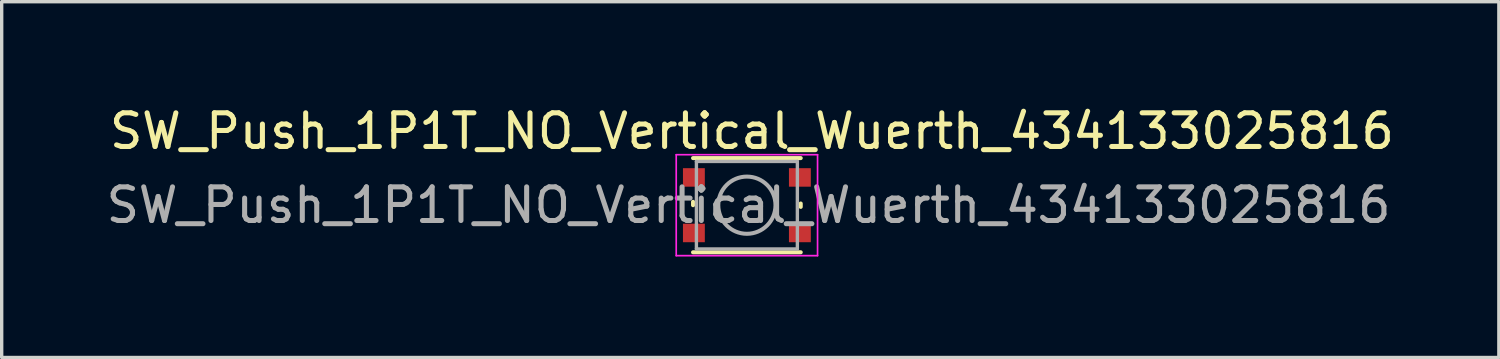
<source format=kicad_pcb>
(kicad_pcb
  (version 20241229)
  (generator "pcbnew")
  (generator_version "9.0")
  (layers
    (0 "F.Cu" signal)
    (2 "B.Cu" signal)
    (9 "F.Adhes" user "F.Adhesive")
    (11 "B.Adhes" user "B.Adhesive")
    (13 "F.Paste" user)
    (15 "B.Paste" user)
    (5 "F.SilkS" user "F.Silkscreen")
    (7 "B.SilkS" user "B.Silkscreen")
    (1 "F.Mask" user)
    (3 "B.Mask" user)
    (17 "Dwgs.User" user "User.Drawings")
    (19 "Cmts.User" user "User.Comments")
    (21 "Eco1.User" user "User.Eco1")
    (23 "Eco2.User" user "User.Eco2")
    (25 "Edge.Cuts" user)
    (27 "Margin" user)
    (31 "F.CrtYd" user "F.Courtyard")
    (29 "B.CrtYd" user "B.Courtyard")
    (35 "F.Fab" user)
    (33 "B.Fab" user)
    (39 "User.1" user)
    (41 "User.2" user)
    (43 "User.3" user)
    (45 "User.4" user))
  (footprint "SW_Push_1P1T_NO_Vertical_Wuerth_434133025816"
    (layer "F.Cu")
    (at 19.146 3.048)
    (property "Reference" "SW_Push_1P1T_NO_Vertical_Wuerth_434133025816" (at 0.15 -2.2 0) (layer "F.SilkS") (effects (font (size 1 1) (thickness 0.15))))
    (attr smd)
    (fp_line (start -1.6 0) (end -1.6 -0.1) (stroke (width 0.12) (type solid)) (layer "F.SilkS"))
    (fp_line (start -1.6 1.4) (end 1.6 1.4) (stroke (width 0.12) (type solid)) (layer "F.SilkS"))
    (fp_line (start 1.6 -1.4) (end -1.6 -1.4) (stroke (width 0.12) (type solid)) (layer "F.SilkS"))
    (fp_line (start 1.6 0.05) (end 1.6 -0.05) (stroke (width 0.12) (type solid)) (layer "F.SilkS"))
    (fp_line (start -2.1 -1.5) (end 2.1 -1.5) (stroke (width 0.05) (type solid)) (layer "F.CrtYd"))
    (fp_line (start -2.1 1.5) (end -2.1 -1.5) (stroke (width 0.05) (type solid)) (layer "F.CrtYd"))
    (fp_line (start 2.1 -1.5) (end 2.1 1.5) (stroke (width 0.05) (type solid)) (layer "F.CrtYd"))
    (fp_line (start 2.1 1.5) (end -2.1 1.5) (stroke (width 0.05) (type solid)) (layer "F.CrtYd"))
    (fp_line (start -1.5 -1.3) (end -1.5 1.3) (stroke (width 0.1) (type solid)) (layer "F.Fab"))
    (fp_line (start -1.5 -1.3) (end 1.5 -1.3) (stroke (width 0.1) (type solid)) (layer "F.Fab"))
    (fp_line (start 1.5 -1.3) (end 1.5 1.3) (stroke (width 0.1) (type solid)) (layer "F.Fab"))
    (fp_line (start 1.5 1.3) (end -1.5 1.3) (stroke (width 0.1) (type solid)) (layer "F.Fab"))
    (fp_circle (center 0 0) (end 0.85 0) (stroke (width 0.12) (type solid)) (fill no) (layer "F.Fab"))
    (fp_text user "${REFERENCE}" (at 0.05 0 0) (layer "F.Fab") (effects (font (size 1 1) (thickness 0.15))))
    (pad "1" smd rect (at -1.575 -0.825) (size 0.65 0.55) (layers "F.Cu" "F.Mask" "F.Paste"))
    (pad "1" smd rect (at 1.575 -0.825) (size 0.65 0.55) (layers "F.Cu" "F.Mask" "F.Paste"))
    (pad "2" smd rect (at -1.575 0.825) (size 0.65 0.55) (layers "F.Cu" "F.Mask" "F.Paste"))
    (pad "2" smd rect (at 1.575 0.825) (size 0.65 0.55) (layers "F.Cu" "F.Mask" "F.Paste")))
  (gr_rect
    (start -3 -3)
    (end 41.493 7.573)
    (stroke (width 0.1) (type default))
    (fill no)
    (layer "Edge.Cuts")))
</source>
